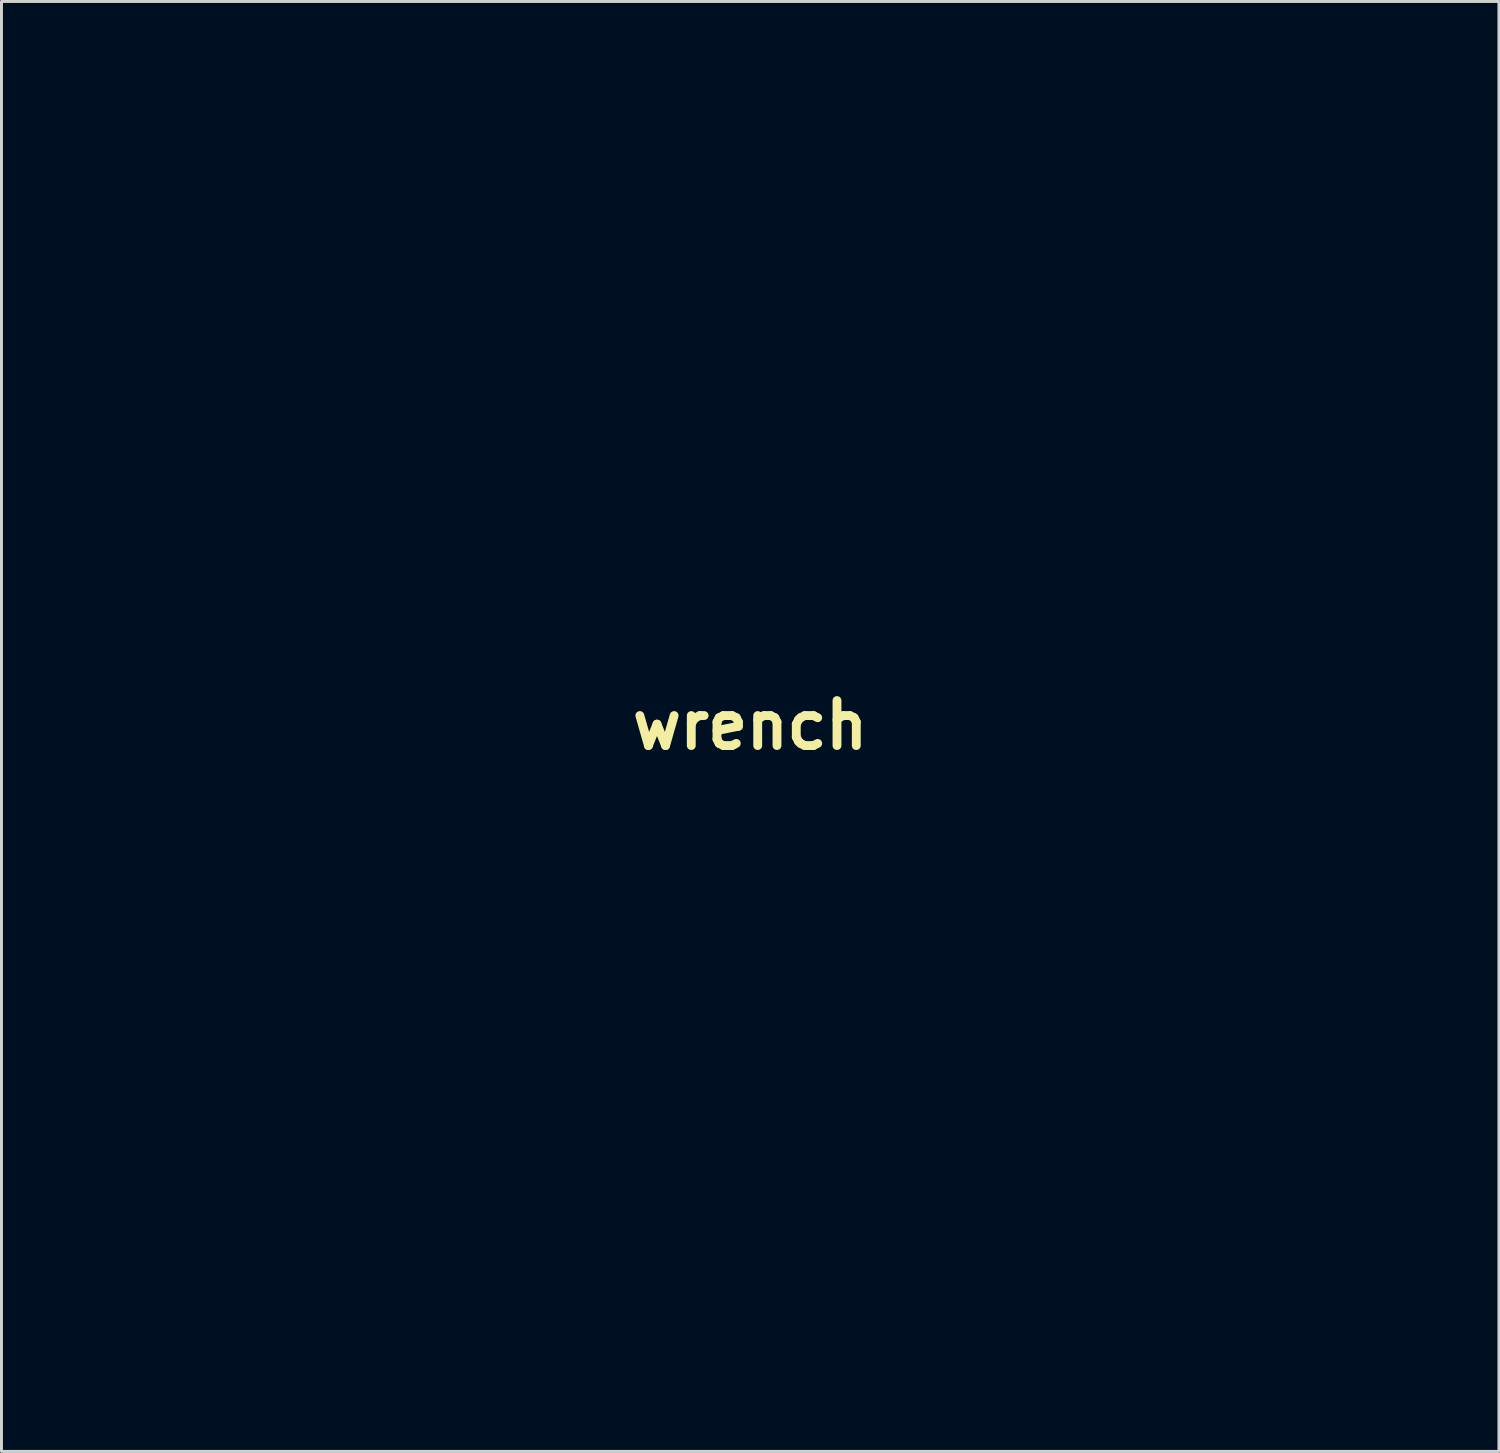
<source format=kicad_pcb>
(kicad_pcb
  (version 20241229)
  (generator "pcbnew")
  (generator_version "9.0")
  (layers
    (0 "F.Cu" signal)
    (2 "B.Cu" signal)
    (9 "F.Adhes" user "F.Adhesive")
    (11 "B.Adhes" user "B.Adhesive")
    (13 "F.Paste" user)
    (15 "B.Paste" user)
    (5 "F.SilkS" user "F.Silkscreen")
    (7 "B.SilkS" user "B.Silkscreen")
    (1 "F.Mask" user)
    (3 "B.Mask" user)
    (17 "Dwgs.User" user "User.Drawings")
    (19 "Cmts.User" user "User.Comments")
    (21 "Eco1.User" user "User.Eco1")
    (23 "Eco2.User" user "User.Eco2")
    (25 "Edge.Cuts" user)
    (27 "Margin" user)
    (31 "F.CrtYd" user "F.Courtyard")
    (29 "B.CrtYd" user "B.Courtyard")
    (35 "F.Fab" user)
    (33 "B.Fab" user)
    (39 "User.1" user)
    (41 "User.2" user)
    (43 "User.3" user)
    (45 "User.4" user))
  (footprint "wrench"
    (layer "F.Cu")
    (at 22.357 21.51)
    (property "Reference" "wrench" (at 0 0 0) (layer "F.SilkS") (effects (font (size 1.524 1.524) (thickness 0.3))))
    (attr through_hole)
    (fp_poly (pts (xy 2.42 -5.977) (xy 2.914 -5.751) (xy -0.342 -2.494) (xy -0.954 -1.882) (xy -1.53 -1.308) (xy -2.058 -0.781) (xy -2.527 -0.314) (xy -2.927 0.083) (xy -3.246 0.398) (xy -3.474 0.622) (xy -3.599 0.743) (xy -3.62 0.762) (xy -3.666 0.693) (xy -3.763 0.512) (xy -3.872 0.294) (xy -4.102 -0.174) (xy 1.927 -6.202) (xy 2.42 -5.977)) (stroke (width 0.01) (type solid)) (fill yes) (layer "F.Mask"))
    (fp_poly (pts (xy 6.527 -2.045) (xy 6.634 -1.86) (xy 6.741 -1.636) (xy 6.954 -1.155) (xy 3.964 1.835) (xy 3.377 2.422) (xy 2.827 2.97) (xy 2.325 3.468) (xy 1.882 3.906) (xy 1.51 4.272) (xy 1.221 4.554) (xy 1.026 4.741) (xy 0.936 4.822) (xy 0.932 4.824) (xy 0.838 4.791) (xy 0.637 4.705) (xy 0.396 4.598) (xy -0.096 4.373) (xy 3.148 1.128) (xy 3.76 0.517) (xy 4.337 -0.057) (xy 4.868 -0.583) (xy 5.342 -1.049) (xy 5.746 -1.444) (xy 6.071 -1.758) (xy 6.304 -1.98) (xy 6.436 -2.099) (xy 6.46 -2.117) (xy 6.527 -2.045)) (stroke (width 0.01) (type solid)) (fill yes) (layer "F.Mask"))
    (fp_poly (pts (xy 16.055 7.656) (xy 16.351 7.797) (xy 16.612 7.932) (xy 16.751 8.013) (xy 16.792 8.043) (xy 16.815 8.079) (xy 16.814 8.13) (xy 16.777 8.206) (xy 16.697 8.317) (xy 16.565 8.472) (xy 16.372 8.681) (xy 16.108 8.954) (xy 15.767 9.299) (xy 15.337 9.728) (xy 14.812 10.248) (xy 14.181 10.871) (xy 13.628 11.416) (xy 13.005 12.029) (xy 12.418 12.605) (xy 11.878 13.135) (xy 11.395 13.606) (xy 10.981 14.008) (xy 10.648 14.33) (xy 10.405 14.562) (xy 10.266 14.692) (xy 10.236 14.717) (xy 10.169 14.659) (xy 10.052 14.482) (xy 9.905 14.217) (xy 9.847 14.102) (xy 9.529 13.459) (xy 15.558 7.429) (xy 16.055 7.656)) (stroke (width 0.01) (type solid)) (fill yes) (layer "F.Mask"))
    (fp_poly (pts (xy -7.197 -15.895) (xy -7.123 -15.81) (xy -7.058 -15.68) (xy -6.991 -15.512) (xy -6.912 -15.312) (xy -6.889 -15.256) (xy -6.658 -14.721) (xy -9.615 -11.763) (xy -10.201 -11.179) (xy -10.754 -10.634) (xy -11.261 -10.139) (xy -11.71 -9.705) (xy -12.091 -9.343) (xy -12.389 -9.066) (xy -12.595 -8.885) (xy -12.694 -8.811) (xy -12.7 -8.809) (xy -12.833 -8.848) (xy -13.068 -8.947) (xy -13.358 -9.086) (xy -13.399 -9.107) (xy -13.671 -9.255) (xy -13.874 -9.379) (xy -13.967 -9.456) (xy -13.97 -9.463) (xy -13.912 -9.533) (xy -13.744 -9.711) (xy -13.479 -9.987) (xy -13.126 -10.349) (xy -12.696 -10.787) (xy -12.2 -11.288) (xy -11.649 -11.843) (xy -11.054 -12.44) (xy -10.67 -12.825) (xy -9.944 -13.552) (xy -9.33 -14.168) (xy -8.817 -14.68) (xy -8.395 -15.094) (xy -8.054 -15.416) (xy -7.783 -15.655) (xy -7.572 -15.815) (xy -7.411 -15.904) (xy -7.289 -15.928) (xy -7.197 -15.895)) (stroke (width 0.01) (type solid)) (fill yes) (layer "F.Mask"))
    (fp_poly (pts (xy 22.352 21.59) (xy -22.352 21.59) (xy -22.352 -8.54) (xy -17.992 -8.54) (xy -17.442 -8.029) (xy -16.447 -7.215) (xy -15.35 -6.518) (xy -14.176 -5.947) (xy -12.947 -5.512) (xy -11.689 -5.223) (xy -10.425 -5.089) (xy -10.018 -5.08) (xy -9.656 -5.083) (xy -9.368 -5.091) (xy -9.187 -5.103) (xy -9.144 -5.113) (xy -9.124 -5.258) (xy -9.072 -5.528) (xy -8.995 -5.885) (xy -8.902 -6.289) (xy -8.803 -6.702) (xy -8.707 -7.086) (xy -8.622 -7.401) (xy -8.592 -7.505) (xy -8.497 -7.821) (xy -8.424 -8.069) (xy -8.385 -8.208) (xy -8.382 -8.225) (xy -8.462 -8.235) (xy -8.682 -8.245) (xy -9.014 -8.252) (xy -9.429 -8.256) (xy -9.69 -8.258) (xy -10.145 -8.262) (xy -10.54 -8.274) (xy -10.844 -8.291) (xy -11.025 -8.312) (xy -11.062 -8.324) (xy -11.018 -8.396) (xy -10.866 -8.574) (xy -10.618 -8.845) (xy -10.287 -9.196) (xy -9.885 -9.614) (xy -9.423 -10.086) (xy -8.915 -10.6) (xy -8.719 -10.796) (xy -8.108 -11.407) (xy -7.604 -11.905) (xy -7.198 -12.302) (xy -6.88 -12.605) (xy -6.638 -12.826) (xy -6.463 -12.972) (xy -6.344 -13.054) (xy -6.27 -13.081) (xy -6.233 -13.062) (xy -6.232 -13.06) (xy -6.192 -12.897) (xy -6.166 -12.601) (xy -6.155 -12.207) (xy -6.157 -11.752) (xy -6.171 -11.27) (xy -6.197 -10.799) (xy -6.235 -10.372) (xy -6.282 -10.027) (xy -6.293 -9.969) (xy -6.389 -9.566) (xy -6.521 -9.096) (xy -6.665 -8.648) (xy -6.691 -8.572) (xy -7.007 -7.667) (xy -7.259 -6.885) (xy -7.454 -6.195) (xy -7.597 -5.566) (xy -7.694 -4.966) (xy -7.751 -4.364) (xy -7.774 -3.729) (xy -7.768 -3.029) (xy -7.761 -2.794) (xy -7.731 -2.093) (xy -7.687 -1.513) (xy -7.622 -1.006) (xy -7.527 -0.524) (xy -7.396 -0.019) (xy -7.277 0.381) (xy -7.13 0.793) (xy -6.923 1.294) (xy -6.683 1.827) (xy -6.435 2.333) (xy -6.205 2.756) (xy -6.169 2.817) (xy -5.976 3.137) (xy -6.946 4.114) (xy -7.374 4.544) (xy -7.716 4.871) (xy -8.007 5.109) (xy -8.281 5.273) (xy -8.57 5.376) (xy -8.91 5.433) (xy -9.335 5.457) (xy -9.878 5.464) (xy -10.202 5.464) (xy -10.774 5.467) (xy -11.21 5.474) (xy -11.542 5.49) (xy -11.802 5.516) (xy -12.024 5.557) (xy -12.241 5.615) (xy -12.46 5.686) (xy -13.282 6.016) (xy -13.997 6.427) (xy -14.657 6.953) (xy -14.946 7.231) (xy -15.605 8.005) (xy -16.106 8.838) (xy -16.45 9.735) (xy -16.639 10.698) (xy -16.679 11.444) (xy -16.676 11.828) (xy -16.663 12.074) (xy -16.634 12.21) (xy -16.585 12.268) (xy -16.534 12.277) (xy -16.423 12.237) (xy -16.186 12.126) (xy -15.842 11.954) (xy -15.413 11.732) (xy -14.919 11.47) (xy -14.382 11.179) (xy -14.377 11.176) (xy -13.84 10.885) (xy -13.345 10.623) (xy -12.914 10.401) (xy -12.569 10.229) (xy -12.329 10.118) (xy -12.216 10.08) (xy -12.216 10.08) (xy -12.085 10.112) (xy -11.831 10.196) (xy -11.487 10.321) (xy -11.086 10.476) (xy -10.964 10.524) (xy -9.864 10.964) (xy -9.84 12.214) (xy -9.837 12.714) (xy -9.846 13.132) (xy -9.867 13.441) (xy -9.897 13.613) (xy -9.903 13.626) (xy -9.998 13.706) (xy -10.223 13.853) (xy -10.558 14.056) (xy -10.984 14.303) (xy -11.481 14.582) (xy -12.03 14.882) (xy -12.149 14.946) (xy -12.865 15.334) (xy -13.433 15.652) (xy -13.856 15.901) (xy -14.139 16.083) (xy -14.285 16.202) (xy -14.309 16.244) (xy -14.232 16.387) (xy -14.021 16.565) (xy -13.705 16.761) (xy -13.31 16.962) (xy -12.865 17.152) (xy -12.397 17.316) (xy -12.219 17.368) (xy -11.579 17.494) (xy -10.852 17.551) (xy -10.108 17.539) (xy -9.417 17.457) (xy -9.189 17.409) (xy -8.247 17.096) (xy -7.38 16.637) (xy -6.6 16.044) (xy -5.92 15.331) (xy -5.355 14.508) (xy -4.917 13.589) (xy -4.854 13.419) (xy -4.774 13.187) (xy -4.714 12.986) (xy -4.672 12.786) (xy -4.644 12.556) (xy -4.627 12.268) (xy -4.618 11.891) (xy -4.615 11.395) (xy -4.615 10.964) (xy -4.613 10.36) (xy -4.608 9.9) (xy -4.596 9.559) (xy -4.576 9.312) (xy -4.547 9.134) (xy -4.506 9) (xy -4.453 8.89) (xy -4.338 8.727) (xy -4.127 8.474) (xy -3.846 8.161) (xy -3.52 7.816) (xy -3.352 7.645) (xy -2.413 6.695) (xy -1.778 7.071) (xy -0.677 7.631) (xy 0.514 8.066) (xy 1.76 8.368) (xy 3.026 8.528) (xy 3.72 8.551) (xy 4.464 8.551) (xy 4.607 7.811) (xy 4.701 7.376) (xy 4.826 6.871) (xy 4.96 6.386) (xy 5 6.252) (xy 5.104 5.906) (xy 5.188 5.625) (xy 5.238 5.446) (xy 5.249 5.401) (xy 5.17 5.389) (xy 4.95 5.379) (xy 4.619 5.372) (xy 4.207 5.368) (xy 3.979 5.367) (xy 3.517 5.362) (xy 3.122 5.347) (xy 2.824 5.325) (xy 2.653 5.297) (xy 2.626 5.285) (xy 2.663 5.202) (xy 2.82 5.007) (xy 3.095 4.7) (xy 3.485 4.286) (xy 3.989 3.767) (xy 4.603 3.145) (xy 4.946 2.801) (xy 7.348 0.401) (xy 7.409 0.681) (xy 7.433 0.876) (xy 7.451 1.195) (xy 7.461 1.592) (xy 7.462 1.983) (xy 7.427 2.794) (xy 7.327 3.558) (xy 7.152 4.329) (xy 6.892 5.159) (xy 6.752 5.546) (xy 6.403 6.557) (xy 6.147 7.487) (xy 5.975 8.388) (xy 5.877 9.314) (xy 5.843 10.315) (xy 5.843 10.414) (xy 5.901 11.749) (xy 6.083 12.986) (xy 6.394 14.151) (xy 6.844 15.271) (xy 7.44 16.371) (xy 7.778 16.896) (xy 8.015 17.231) (xy 8.282 17.585) (xy 8.558 17.931) (xy 8.82 18.243) (xy 9.047 18.495) (xy 9.216 18.659) (xy 9.3 18.711) (xy 9.376 18.654) (xy 9.55 18.495) (xy 9.803 18.254) (xy 10.116 17.949) (xy 10.447 17.62) (xy 10.839 17.225) (xy 11.123 16.93) (xy 11.31 16.711) (xy 11.41 16.549) (xy 11.435 16.422) (xy 11.396 16.308) (xy 11.304 16.187) (xy 11.23 16.105) (xy 11.056 15.911) (xy 18.029 8.938) (xy 18.269 9.168) (xy 18.442 9.316) (xy 18.571 9.394) (xy 18.59 9.398) (xy 18.673 9.341) (xy 18.854 9.181) (xy 19.113 8.938) (xy 19.429 8.631) (xy 19.771 8.291) (xy 20.87 7.184) (xy 20.362 6.723) (xy 19.296 5.86) (xy 18.154 5.135) (xy 16.952 4.553) (xy 15.706 4.12) (xy 14.431 3.843) (xy 13.143 3.728) (xy 12.898 3.725) (xy 12.461 3.732) (xy 12.176 3.755) (xy 12.024 3.794) (xy 11.99 3.831) (xy 11.962 3.958) (xy 11.912 4.206) (xy 11.848 4.533) (xy 11.817 4.696) (xy 11.717 5.159) (xy 11.587 5.673) (xy 11.453 6.136) (xy 11.44 6.177) (xy 11.208 6.9) (xy 12.5 6.9) (xy 13.008 6.906) (xy 13.421 6.922) (xy 13.714 6.947) (xy 13.867 6.979) (xy 13.879 6.987) (xy 13.852 7.063) (xy 13.717 7.24) (xy 13.47 7.519) (xy 13.109 7.904) (xy 12.632 8.398) (xy 12.035 9.003) (xy 11.558 9.481) (xy 11.033 10.003) (xy 10.544 10.483) (xy 10.104 10.908) (xy 9.726 11.267) (xy 9.424 11.546) (xy 9.21 11.734) (xy 9.097 11.819) (xy 9.084 11.821) (xy 9.061 11.718) (xy 9.042 11.475) (xy 9.028 11.125) (xy 9.021 10.697) (xy 9.02 10.428) (xy 9.025 9.877) (xy 9.041 9.448) (xy 9.072 9.091) (xy 9.123 8.761) (xy 9.2 8.407) (xy 9.248 8.213) (xy 9.373 7.757) (xy 9.522 7.28) (xy 9.671 6.856) (xy 9.737 6.689) (xy 9.96 6.081) (xy 10.174 5.364) (xy 10.364 4.599) (xy 10.514 3.846) (xy 10.587 3.358) (xy 10.634 2.798) (xy 10.653 2.144) (xy 10.646 1.445) (xy 10.614 0.753) (xy 10.559 0.117) (xy 10.482 -0.412) (xy 10.463 -0.508) (xy 10.292 -1.182) (xy 10.066 -1.892) (xy 9.802 -2.598) (xy 9.516 -3.257) (xy 9.226 -3.829) (xy 8.971 -4.239) (xy 8.813 -4.461) (xy 9.891 -5.527) (xy 10.256 -5.881) (xy 10.598 -6.197) (xy 10.891 -6.455) (xy 11.111 -6.631) (xy 11.22 -6.7) (xy 11.415 -6.746) (xy 11.76 -6.779) (xy 12.26 -6.801) (xy 12.921 -6.811) (xy 13.081 -6.812) (xy 13.644 -6.814) (xy 14.07 -6.82) (xy 14.394 -6.834) (xy 14.647 -6.859) (xy 14.864 -6.9) (xy 15.077 -6.959) (xy 15.319 -7.041) (xy 15.431 -7.081) (xy 16.388 -7.5) (xy 17.22 -8.03) (xy 17.934 -8.677) (xy 18.418 -9.271) (xy 18.941 -10.141) (xy 19.304 -11.059) (xy 19.508 -12.035) (xy 19.558 -12.865) (xy 19.555 -13.229) (xy 19.542 -13.455) (xy 19.511 -13.576) (xy 19.456 -13.624) (xy 19.394 -13.631) (xy 19.278 -13.592) (xy 19.036 -13.48) (xy 18.688 -13.307) (xy 18.257 -13.083) (xy 17.762 -12.819) (xy 17.233 -12.531) (xy 16.695 -12.238) (xy 16.199 -11.976) (xy 15.764 -11.753) (xy 15.413 -11.582) (xy 15.167 -11.473) (xy 15.048 -11.437) (xy 14.902 -11.471) (xy 14.635 -11.559) (xy 14.284 -11.688) (xy 13.883 -11.847) (xy 13.801 -11.881) (xy 12.742 -12.319) (xy 12.719 -13.638) (xy 12.712 -14.144) (xy 12.713 -14.509) (xy 12.725 -14.759) (xy 12.749 -14.92) (xy 12.789 -15.021) (xy 12.846 -15.087) (xy 12.846 -15.088) (xy 12.958 -15.161) (xy 13.198 -15.303) (xy 13.547 -15.501) (xy 13.982 -15.744) (xy 14.484 -16.02) (xy 15.032 -16.317) (xy 15.092 -16.35) (xy 15.634 -16.646) (xy 16.125 -16.92) (xy 16.544 -17.162) (xy 16.873 -17.36) (xy 17.094 -17.502) (xy 17.186 -17.579) (xy 17.187 -17.584) (xy 17.116 -17.698) (xy 16.925 -17.861) (xy 16.647 -18.05) (xy 16.316 -18.242) (xy 15.965 -18.416) (xy 15.946 -18.424) (xy 15.121 -18.708) (xy 14.221 -18.872) (xy 13.297 -18.915) (xy 12.4 -18.831) (xy 11.899 -18.72) (xy 10.944 -18.371) (xy 10.074 -17.882) (xy 9.304 -17.264) (xy 8.645 -16.529) (xy 8.112 -15.686) (xy 7.988 -15.436) (xy 7.787 -14.975) (xy 7.641 -14.551) (xy 7.543 -14.127) (xy 7.487 -13.663) (xy 7.467 -13.119) (xy 7.477 -12.458) (xy 7.485 -12.249) (xy 7.504 -11.648) (xy 7.502 -11.176) (xy 7.465 -10.798) (xy 7.38 -10.481) (xy 7.231 -10.188) (xy 7.005 -9.884) (xy 6.689 -9.536) (xy 6.268 -9.107) (xy 6.211 -9.049) (xy 5.231 -8.065) (xy 4.711 -8.381) (xy 3.562 -8.979) (xy 2.335 -9.428) (xy 1.03 -9.726) (xy -0.353 -9.875) (xy -0.44 -9.879) (xy -1.599 -9.931) (xy -1.641 -9.728) (xy -1.793 -9.008) (xy -1.946 -8.35) (xy -2.089 -7.785) (xy -2.216 -7.349) (xy -2.24 -7.278) (xy -2.427 -6.724) (xy -1.15 -6.723) (xy -0.675 -6.717) (xy -0.262 -6.701) (xy 0.057 -6.677) (xy 0.249 -6.647) (xy 0.282 -6.635) (xy 0.309 -6.601) (xy 0.297 -6.541) (xy 0.238 -6.443) (xy 0.121 -6.297) (xy -0.064 -6.093) (xy -0.327 -5.819) (xy -0.677 -5.466) (xy -1.124 -5.021) (xy -1.679 -4.475) (xy -1.999 -4.162) (xy -2.682 -3.496) (xy -3.251 -2.95) (xy -3.71 -2.518) (xy -4.063 -2.197) (xy -4.314 -1.985) (xy -4.467 -1.877) (xy -4.523 -1.864) (xy -4.558 -1.984) (xy -4.586 -2.25) (xy -4.604 -2.637) (xy -4.612 -3.124) (xy -4.612 -3.156) (xy -4.602 -3.783) (xy -4.566 -4.334) (xy -4.495 -4.85) (xy -4.382 -5.374) (xy -4.219 -5.947) (xy -3.996 -6.611) (xy -3.857 -6.998) (xy -3.566 -7.842) (xy -3.346 -8.589) (xy -3.188 -9.291) (xy -3.081 -10) (xy -3.015 -10.766) (xy -2.989 -11.312) (xy -2.974 -12.141) (xy -2.997 -12.857) (xy -3.063 -13.513) (xy -3.178 -14.164) (xy -3.346 -14.862) (xy -3.349 -14.873) (xy -3.771 -16.13) (xy -4.349 -17.337) (xy -5.087 -18.501) (xy -5.989 -19.625) (xy -6.042 -19.685) (xy -6.422 -20.108) (xy -8.718 -17.827) (xy -8.446 -17.547) (xy -8.175 -17.268) (xy -15.143 -10.3) (xy -15.455 -10.538) (xy -15.767 -10.776) (xy -16.879 -9.658) (xy -17.992 -8.54) (xy -22.352 -8.54) (xy -22.352 -21.505) (xy 22.352 -21.505) (xy 22.352 21.59)) (stroke (width 0.01) (type solid)) (fill yes) (layer "F.Mask")))
  (gr_rect
    (start -3 -3)
    (end 47.714 46.105)
    (stroke (width 0.1) (type default))
    (fill no)
    (layer "Edge.Cuts")))
</source>
